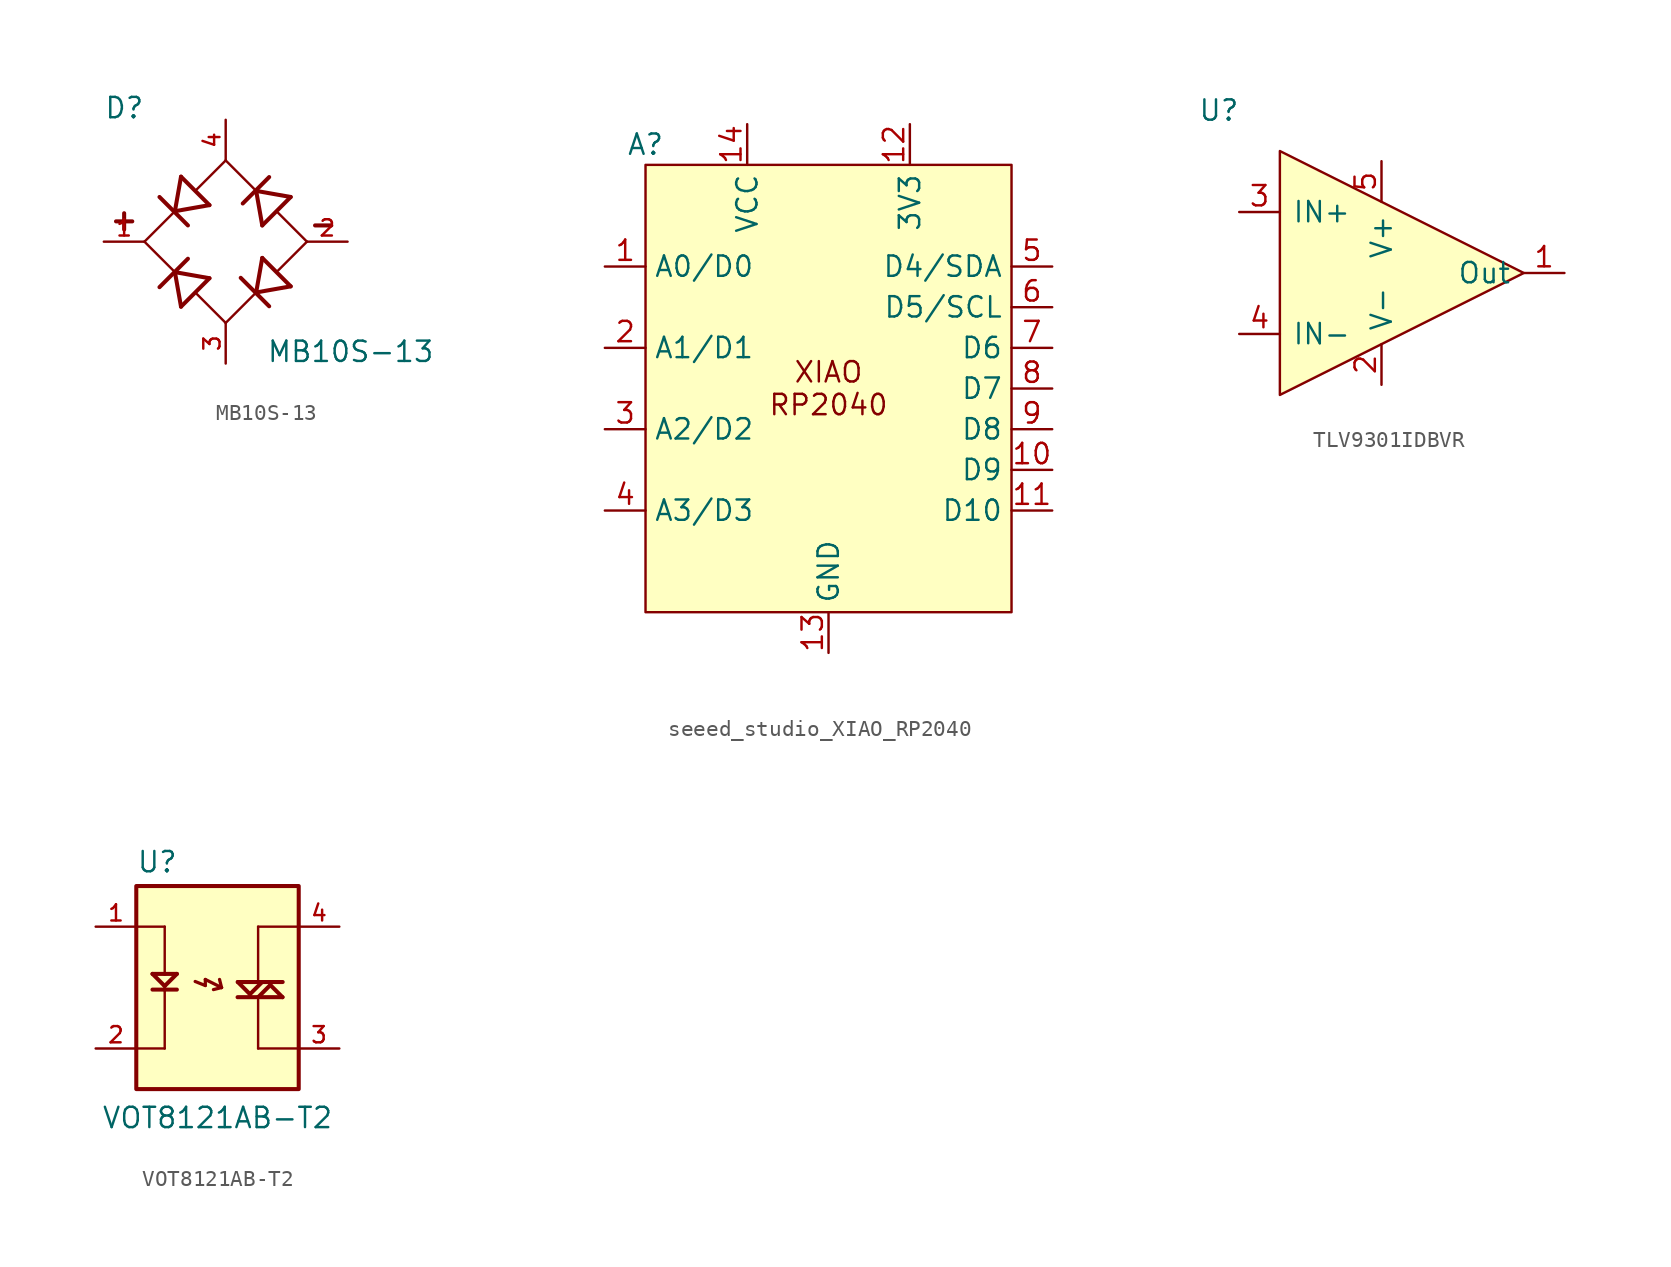
<source format=kicad_sym>
(kicad_symbol_lib
  (version 20220914)
  (generator kicad_symbol_editor)
  (symbol "MB10S-13"
    (pin_names
      (offset 1.016))
    (property "Reference" "D"
      (at -7.62 7.62 0)
      (effects (font (size 1.27 1.27)) (justify left bottom)))
    (property "Value" "MB10S-13"
      (at 2.54 -7.62 0)
      (effects (font (size 1.27 1.27)) (justify left bottom)))
    (symbol "MB10S-13_0_0"
      (polyline (pts (xy -6.858 1.27) (xy -5.842 1.27)) (stroke (width 0.254) (type default)) (fill (type none)))
      (polyline (pts (xy -6.35 0.762) (xy -6.35 1.778)) (stroke (width 0.254) (type default)) (fill (type none)))
      (polyline (pts (xy -5.08 0) (xy -3.175 -1.905)) (stroke (width 0.152) (type default)) (fill (type none)))
      (polyline (pts (xy -3.175 -1.905) (xy -2.794 -4.064)) (stroke (width 0.254) (type default)) (fill (type none)))
      (polyline (pts (xy -3.175 -1.905) (xy -1.016 -2.286)) (stroke (width 0.254) (type default)) (fill (type none)))
      (polyline (pts (xy -3.175 1.905) (xy -5.08 0)) (stroke (width 0.152) (type default)) (fill (type none)))
      (polyline (pts (xy -3.175 1.905) (xy -2.794 4.064)) (stroke (width 0.254) (type default)) (fill (type none)))
      (polyline (pts (xy -3.175 1.905) (xy -1.016 2.286)) (stroke (width 0.254) (type default)) (fill (type none)))
      (polyline (pts (xy -2.362 -1.067) (xy -4.14 -2.845)) (stroke (width 0.254) (type default)) (fill (type none)))
      (polyline (pts (xy -2.362 1.016) (xy -4.14 2.794)) (stroke (width 0.254) (type default)) (fill (type none)))
      (polyline (pts (xy -1.016 -2.286) (xy -2.794 -4.064)) (stroke (width 0.254) (type default)) (fill (type none)))
      (polyline (pts (xy -1.016 2.286) (xy -2.794 4.064)) (stroke (width 0.254) (type default)) (fill (type none)))
      (polyline (pts (xy 0 -5.08) (xy -1.803 -3.277)) (stroke (width 0.152) (type default)) (fill (type none)))
      (polyline (pts (xy 0 -5.08) (xy 1.905 -3.175)) (stroke (width 0.152) (type default)) (fill (type none)))
      (polyline (pts (xy 0 5.08) (xy -1.803 3.277)) (stroke (width 0.152) (type default)) (fill (type none)))
      (polyline (pts (xy 1.905 -3.175) (xy 2.286 -1.016)) (stroke (width 0.254) (type default)) (fill (type none)))
      (polyline (pts (xy 1.905 -3.175) (xy 4.064 -2.794)) (stroke (width 0.254) (type default)) (fill (type none)))
      (polyline (pts (xy 1.905 3.175) (xy 0 5.08)) (stroke (width 0.152) (type default)) (fill (type none)))
      (polyline (pts (xy 1.905 3.175) (xy 2.286 1.016)) (stroke (width 0.254) (type default)) (fill (type none)))
      (polyline (pts (xy 1.905 3.175) (xy 4.064 2.794)) (stroke (width 0.254) (type default)) (fill (type none)))
      (polyline (pts (xy 2.718 -4.039) (xy 0.94 -2.261)) (stroke (width 0.254) (type default)) (fill (type none)))
      (polyline (pts (xy 2.718 4.039) (xy 1.067 2.388)) (stroke (width 0.254) (type default)) (fill (type none)))
      (polyline (pts (xy 3.277 -1.803) (xy 5.08 0)) (stroke (width 0.152) (type default)) (fill (type none)))
      (polyline (pts (xy 4.064 -2.794) (xy 2.286 -1.016)) (stroke (width 0.254) (type default)) (fill (type none)))
      (polyline (pts (xy 4.064 2.794) (xy 2.286 1.016)) (stroke (width 0.254) (type default)) (fill (type none)))
      (polyline (pts (xy 5.08 0) (xy 3.277 1.803)) (stroke (width 0.152) (type default)) (fill (type none)))
      (polyline (pts (xy 5.588 1.016) (xy 6.604 1.016)) (stroke (width 0.254) (type default)) (fill (type none)))
      (pin passive line (at -7.62 0 0) (length 2.54) (name "~" (effects (font (size 1.016 1.016)))) (number "1" (effects (font (size 1.016 1.016)))))
      (pin passive line (at 7.62 0 180) (length 2.54) (name "~" (effects (font (size 1.016 1.016)))) (number "2" (effects (font (size 1.016 1.016)))))
      (pin passive line (at 0 -7.62 90) (length 2.54) (name "~" (effects (font (size 1.016 1.016)))) (number "3" (effects (font (size 1.016 1.016)))))
      (pin passive line (at 0 7.62 270) (length 2.54) (name "~" (effects (font (size 1.016 1.016)))) (number "4" (effects (font (size 1.016 1.016)))))))
  (symbol "seeed_studio_XIAO_RP2040"
    (property "Reference" "A"
      (at 0 1.27 0)
      (effects (font (size 1.27 1.27))))
    (property "Value" ""
      (at -3.81 2.54 0)
      (effects (font (size 1.27 1.27))))
    (symbol "seeed_studio_XIAO_RP2040_1_1"
      (rectangle (start 0 0) (end 22.86 -27.94) (stroke (width 0) (type default)) (fill (type background)))
      (text "XIAO\nRP2040" (at 11.43 -13.97 0) (effects (font (size 1.27 1.27))))
      (pin unspecified line (at -2.54 -6.35 0) (length 2.54) (name "A0/D0" (effects (font (size 1.27 1.27)))) (number "1" (effects (font (size 1.27 1.27)))))
      (pin bidirectional line (at 25.4 -19.05 180) (length 2.54) (name "D9" (effects (font (size 1.27 1.27)))) (number "10" (effects (font (size 1.27 1.27)))))
      (pin bidirectional line (at 25.4 -21.59 180) (length 2.54) (name "D10" (effects (font (size 1.27 1.27)))) (number "11" (effects (font (size 1.27 1.27)))))
      (pin power_out line (at 16.51 2.54 270) (length 2.54) (name "3V3" (effects (font (size 1.27 1.27)))) (number "12" (effects (font (size 1.27 1.27)))))
      (pin passive line (at 11.43 -30.48 90) (length 2.54) (name "GND" (effects (font (size 1.27 1.27)))) (number "13" (effects (font (size 1.27 1.27)))))
      (pin power_in line (at 6.35 2.54 270) (length 2.54) (name "VCC" (effects (font (size 1.27 1.27)))) (number "14" (effects (font (size 1.27 1.27)))))
      (pin unspecified line (at -2.54 -11.43 0) (length 2.54) (name "A1/D1" (effects (font (size 1.27 1.27)))) (number "2" (effects (font (size 1.27 1.27)))))
      (pin unspecified line (at -2.54 -16.51 0) (length 2.54) (name "A2/D2" (effects (font (size 1.27 1.27)))) (number "3" (effects (font (size 1.27 1.27)))))
      (pin unspecified line (at -2.54 -21.59 0) (length 2.54) (name "A3/D3" (effects (font (size 1.27 1.27)))) (number "4" (effects (font (size 1.27 1.27)))))
      (pin bidirectional line (at 25.4 -6.35 180) (length 2.54) (name "D4/SDA" (effects (font (size 1.27 1.27)))) (number "5" (effects (font (size 1.27 1.27)))))
      (pin bidirectional line (at 25.4 -8.89 180) (length 2.54) (name "D5/SCL" (effects (font (size 1.27 1.27)))) (number "6" (effects (font (size 1.27 1.27)))))
      (pin bidirectional line (at 25.4 -11.43 180) (length 2.54) (name "D6" (effects (font (size 1.27 1.27)))) (number "7" (effects (font (size 1.27 1.27)))))
      (pin bidirectional line (at 25.4 -13.97 180) (length 2.54) (name "D7" (effects (font (size 1.27 1.27)))) (number "8" (effects (font (size 1.27 1.27)))))
      (pin bidirectional line (at 25.4 -16.51 180) (length 2.54) (name "D8" (effects (font (size 1.27 1.27)))) (number "9" (effects (font (size 1.27 1.27)))))))
  (symbol "TLV9301IDBVR"
    (pin_names
      (offset 0.762))
    (property "Reference" "U"
      (at -3.81 2.54 0)
      (effects (font (size 1.27 1.27))))
    (symbol "TLV9301IDBVR_1_1"
      (polyline (pts (xy 0 0) (xy 0 -15.24) (xy 15.24 -7.62) (xy 0 0) (xy 0 -1.27)) (stroke (width 0) (type default)) (fill (type background)))
      (pin output line (at 17.78 -7.62 180) (length 2.54) (name "Out" (effects (font (size 1.27 1.27)))) (number "1" (effects (font (size 1.27 1.27)))))
      (pin power_in line (at 6.35 -14.605 90) (length 2.54) (name "V-" (effects (font (size 1.27 1.27)))) (number "2" (effects (font (size 1.27 1.27)))))
      (pin input line (at -2.54 -3.81 0) (length 2.54) (name "IN+" (effects (font (size 1.27 1.27)))) (number "3" (effects (font (size 1.27 1.27)))))
      (pin input line (at -2.54 -11.43 0) (length 2.54) (name "IN-" (effects (font (size 1.27 1.27)))) (number "4" (effects (font (size 1.27 1.27)))))
      (pin power_in line (at 6.35 -0.635 270) (length 2.54) (name "V+" (effects (font (size 1.27 1.27)))) (number "5" (effects (font (size 1.27 1.27)))))))
  (symbol "VOT8121AB-T2"
    (pin_names
      (offset 1.016))
    (property "Reference" "U"
      (at -5.08 5.842 0)
      (effects (font (size 1.27 1.27)) (justify left bottom)))
    (property "Value" "VOT8121AB-T2"
      (at 0 -10.16 0)
      (effects (font (size 1.27 1.27)) (justify bottom)))
    (property "Part Number" ""
      (at 0 0 0)
      (effects (font (size 1.27 1.27))))
    (symbol "VOT8121AB-T2_0_0"
      (rectangle (start -5.08 -7.62) (end 5.08 5.08) (stroke (width 0.254) (type default)) (fill (type background)))
      (polyline (pts (xy -5.08 2.54) (xy -3.302 2.54)) (stroke (width 0.152) (type default)) (fill (type none)))
      (polyline (pts (xy -4.066 -1.397) (xy -3.302 -1.397)) (stroke (width 0.254) (type default)) (fill (type none)))
      (polyline (pts (xy -4.066 -0.414) (xy -3.304 -1.176)) (stroke (width 0.254) (type default)) (fill (type none)))
      (polyline (pts (xy -3.304 -1.176) (xy -2.542 -0.414)) (stroke (width 0.254) (type default)) (fill (type none)))
      (polyline (pts (xy -3.302 -5.08) (xy -5.08 -5.08)) (stroke (width 0.152) (type default)) (fill (type none)))
      (polyline (pts (xy -3.302 -1.397) (xy -3.302 -5.08)) (stroke (width 0.152) (type default)) (fill (type none)))
      (polyline (pts (xy -3.302 -1.397) (xy -2.542 -1.397)) (stroke (width 0.254) (type default)) (fill (type none)))
      (polyline (pts (xy -3.302 -0.414) (xy -4.066 -0.414)) (stroke (width 0.254) (type default)) (fill (type none)))
      (polyline (pts (xy -3.302 -0.414) (xy -2.542 -0.414)) (stroke (width 0.254) (type default)) (fill (type none)))
      (polyline (pts (xy -3.302 2.54) (xy -3.302 -0.414)) (stroke (width 0.152) (type default)) (fill (type none)))
      (polyline (pts (xy -0.762 -1.143) (xy -1.397 -0.889)) (stroke (width 0.203) (type default)) (fill (type none)))
      (polyline (pts (xy -0.762 -0.762) (xy -0.762 -1.143)) (stroke (width 0.203) (type default)) (fill (type none)))
      (polyline (pts (xy -0.762 -0.762) (xy 0.254 -1.27)) (stroke (width 0.203) (type default)) (fill (type none)))
      (polyline (pts (xy 0.254 -1.27) (xy -0.254 -1.397)) (stroke (width 0.203) (type default)) (fill (type none)))
      (polyline (pts (xy 0.254 -1.27) (xy 0.127 -0.762)) (stroke (width 0.203) (type default)) (fill (type none)))
      (polyline (pts (xy 1.256 -1.872) (xy 2.542 -1.872)) (stroke (width 0.254) (type default)) (fill (type none)))
      (polyline (pts (xy 1.268 -0.922) (xy 2.03 -1.684)) (stroke (width 0.254) (type default)) (fill (type none)))
      (polyline (pts (xy 2.03 -1.684) (xy 2.792 -0.922)) (stroke (width 0.254) (type default)) (fill (type none)))
      (polyline (pts (xy 2.54 -5.08) (xy 5.08 -5.08)) (stroke (width 0.152) (type default)) (fill (type none)))
      (polyline (pts (xy 2.54 -2.032) (xy 2.54 -5.08)) (stroke (width 0.152) (type default)) (fill (type none)))
      (polyline (pts (xy 2.54 2.54) (xy 2.54 -0.762)) (stroke (width 0.152) (type default)) (fill (type none)))
      (polyline (pts (xy 2.54 2.54) (xy 5.08 2.54)) (stroke (width 0.152) (type default)) (fill (type none)))
      (polyline (pts (xy 2.542 -1.872) (xy 4.066 -1.872)) (stroke (width 0.254) (type default)) (fill (type none)))
      (polyline (pts (xy 2.792 -0.922) (xy 1.268 -0.922)) (stroke (width 0.254) (type default)) (fill (type none)))
      (polyline (pts (xy 2.792 -0.922) (xy 4.076 -0.922)) (stroke (width 0.254) (type default)) (fill (type none)))
      (polyline (pts (xy 3.304 -1.11) (xy 2.542 -1.872)) (stroke (width 0.254) (type default)) (fill (type none)))
      (polyline (pts (xy 4.066 -1.872) (xy 3.304 -1.11)) (stroke (width 0.254) (type default)) (fill (type none)))
      (pin passive line (at -7.62 2.54 0) (length 2.54) (name "~" (effects (font (size 1.016 1.016)))) (number "1" (effects (font (size 1.016 1.016)))))
      (pin passive line (at -7.62 -5.08 0) (length 2.54) (name "~" (effects (font (size 1.016 1.016)))) (number "2" (effects (font (size 1.016 1.016)))))
      (pin passive line (at 7.62 -5.08 180) (length 2.54) (name "~" (effects (font (size 1.016 1.016)))) (number "3" (effects (font (size 1.016 1.016)))))
      (pin passive line (at 7.62 2.54 180) (length 2.54) (name "~" (effects (font (size 1.016 1.016)))) (number "4" (effects (font (size 1.016 1.016))))))))
</source>
